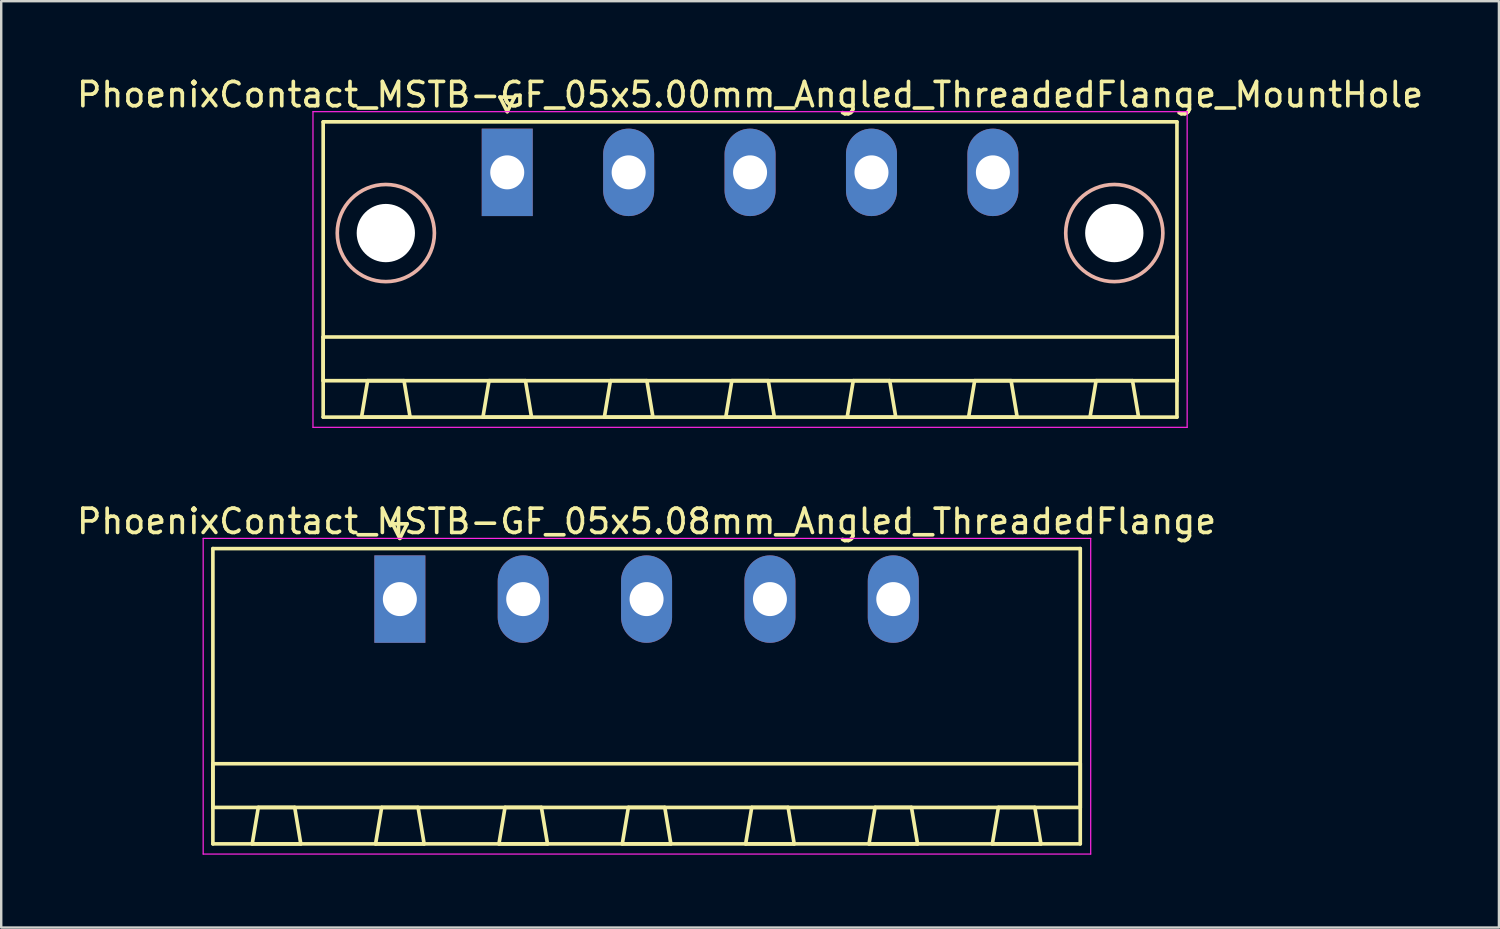
<source format=kicad_pcb>
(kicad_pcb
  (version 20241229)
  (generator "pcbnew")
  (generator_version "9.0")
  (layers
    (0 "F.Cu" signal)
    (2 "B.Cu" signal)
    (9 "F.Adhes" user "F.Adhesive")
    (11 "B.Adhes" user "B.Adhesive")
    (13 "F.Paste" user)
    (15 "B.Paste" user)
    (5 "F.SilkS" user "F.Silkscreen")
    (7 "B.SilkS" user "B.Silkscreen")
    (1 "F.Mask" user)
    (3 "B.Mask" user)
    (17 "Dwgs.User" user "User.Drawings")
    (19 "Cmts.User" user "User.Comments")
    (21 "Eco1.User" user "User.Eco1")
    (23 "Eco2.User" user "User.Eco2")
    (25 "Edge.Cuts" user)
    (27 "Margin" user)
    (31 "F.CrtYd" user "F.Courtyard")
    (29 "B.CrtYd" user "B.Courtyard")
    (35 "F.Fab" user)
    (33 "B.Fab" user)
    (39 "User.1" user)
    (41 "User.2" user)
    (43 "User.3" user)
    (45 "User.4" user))
  (footprint "PhoenixContact_MSTB-GF_05x5.08mm_Angled_ThreadedFlange"
    (layer "F.Cu")
    (at 13.417 21.622)
    (property "Reference" "PhoenixContact_MSTB-GF_05x5.08mm_Angled_ThreadedFlange" (at 10.16 -3.2 0) (layer "F.SilkS") (effects (font (size 1 1) (thickness 0.15))))
    (attr through_hole)
    (fp_line (start -7.7 -2.08) (end -7.7 10.08) (stroke (width 0.15) (type solid)) (layer "F.SilkS"))
    (fp_line (start -7.7 6.78) (end 28.02 6.78) (stroke (width 0.15) (type solid)) (layer "F.SilkS"))
    (fp_line (start -7.7 8.58) (end -7.7 6.78) (stroke (width 0.15) (type solid)) (layer "F.SilkS"))
    (fp_line (start -7.7 10.08) (end 28.02 10.08) (stroke (width 0.15) (type solid)) (layer "F.SilkS"))
    (fp_line (start -6.08 10.08) (end -4.08 10.08) (stroke (width 0.15) (type solid)) (layer "F.SilkS"))
    (fp_line (start -5.83 8.58) (end -6.08 10.08) (stroke (width 0.15) (type solid)) (layer "F.SilkS"))
    (fp_line (start -4.33 8.58) (end -5.83 8.58) (stroke (width 0.15) (type solid)) (layer "F.SilkS"))
    (fp_line (start -4.08 10.08) (end -4.33 8.58) (stroke (width 0.15) (type solid)) (layer "F.SilkS"))
    (fp_line (start -1 10.08) (end 1 10.08) (stroke (width 0.15) (type solid)) (layer "F.SilkS"))
    (fp_line (start -0.75 8.58) (end -1 10.08) (stroke (width 0.15) (type solid)) (layer "F.SilkS"))
    (fp_line (start -0.3 -3.1) (end 0 -2.5) (stroke (width 0.15) (type solid)) (layer "F.SilkS"))
    (fp_line (start 0 -2.5) (end 0.3 -3.1) (stroke (width 0.15) (type solid)) (layer "F.SilkS"))
    (fp_line (start 0.3 -3.1) (end -0.3 -3.1) (stroke (width 0.15) (type solid)) (layer "F.SilkS"))
    (fp_line (start 0.75 8.58) (end -0.75 8.58) (stroke (width 0.15) (type solid)) (layer "F.SilkS"))
    (fp_line (start 1 10.08) (end 0.75 8.58) (stroke (width 0.15) (type solid)) (layer "F.SilkS"))
    (fp_line (start 4.08 10.08) (end 6.08 10.08) (stroke (width 0.15) (type solid)) (layer "F.SilkS"))
    (fp_line (start 4.33 8.58) (end 4.08 10.08) (stroke (width 0.15) (type solid)) (layer "F.SilkS"))
    (fp_line (start 5.83 8.58) (end 4.33 8.58) (stroke (width 0.15) (type solid)) (layer "F.SilkS"))
    (fp_line (start 6.08 10.08) (end 5.83 8.58) (stroke (width 0.15) (type solid)) (layer "F.SilkS"))
    (fp_line (start 9.16 10.08) (end 11.16 10.08) (stroke (width 0.15) (type solid)) (layer "F.SilkS"))
    (fp_line (start 9.41 8.58) (end 9.16 10.08) (stroke (width 0.15) (type solid)) (layer "F.SilkS"))
    (fp_line (start 10.91 8.58) (end 9.41 8.58) (stroke (width 0.15) (type solid)) (layer "F.SilkS"))
    (fp_line (start 11.16 10.08) (end 10.91 8.58) (stroke (width 0.15) (type solid)) (layer "F.SilkS"))
    (fp_line (start 14.24 10.08) (end 16.24 10.08) (stroke (width 0.15) (type solid)) (layer "F.SilkS"))
    (fp_line (start 14.49 8.58) (end 14.24 10.08) (stroke (width 0.15) (type solid)) (layer "F.SilkS"))
    (fp_line (start 15.99 8.58) (end 14.49 8.58) (stroke (width 0.15) (type solid)) (layer "F.SilkS"))
    (fp_line (start 16.24 10.08) (end 15.99 8.58) (stroke (width 0.15) (type solid)) (layer "F.SilkS"))
    (fp_line (start 19.32 10.08) (end 21.32 10.08) (stroke (width 0.15) (type solid)) (layer "F.SilkS"))
    (fp_line (start 19.57 8.58) (end 19.32 10.08) (stroke (width 0.15) (type solid)) (layer "F.SilkS"))
    (fp_line (start 21.07 8.58) (end 19.57 8.58) (stroke (width 0.15) (type solid)) (layer "F.SilkS"))
    (fp_line (start 21.32 10.08) (end 21.07 8.58) (stroke (width 0.15) (type solid)) (layer "F.SilkS"))
    (fp_line (start 24.4 10.08) (end 26.4 10.08) (stroke (width 0.15) (type solid)) (layer "F.SilkS"))
    (fp_line (start 24.65 8.58) (end 24.4 10.08) (stroke (width 0.15) (type solid)) (layer "F.SilkS"))
    (fp_line (start 26.15 8.58) (end 24.65 8.58) (stroke (width 0.15) (type solid)) (layer "F.SilkS"))
    (fp_line (start 26.4 10.08) (end 26.15 8.58) (stroke (width 0.15) (type solid)) (layer "F.SilkS"))
    (fp_line (start 28.02 -2.08) (end -7.7 -2.08) (stroke (width 0.15) (type solid)) (layer "F.SilkS"))
    (fp_line (start 28.02 6.78) (end 28.02 8.58) (stroke (width 0.15) (type solid)) (layer "F.SilkS"))
    (fp_line (start 28.02 8.58) (end -7.7 8.58) (stroke (width 0.15) (type solid)) (layer "F.SilkS"))
    (fp_line (start 28.02 10.08) (end 28.02 -2.08) (stroke (width 0.15) (type solid)) (layer "F.SilkS"))
    (fp_line (start -8.1 -2.5) (end -8.1 10.5) (stroke (width 0.05) (type solid)) (layer "F.CrtYd"))
    (fp_line (start -8.1 10.5) (end 28.45 10.5) (stroke (width 0.05) (type solid)) (layer "F.CrtYd"))
    (fp_line (start 28.45 -2.5) (end -8.1 -2.5) (stroke (width 0.05) (type solid)) (layer "F.CrtYd"))
    (fp_line (start 28.45 10.5) (end 28.45 -2.5) (stroke (width 0.05) (type solid)) (layer "F.CrtYd"))
    (pad "1" thru_hole rect (at 0 0) (size 2.1 3.6) (drill 1.4) (layers "*.Cu" "*.Mask"))
    (pad "2" thru_hole oval (at 5.08 0) (size 2.1 3.6) (drill 1.4) (layers "*.Cu" "*.Mask"))
    (pad "3" thru_hole oval (at 10.16 0) (size 2.1 3.6) (drill 1.4) (layers "*.Cu" "*.Mask"))
    (pad "4" thru_hole oval (at 15.24 0) (size 2.1 3.6) (drill 1.4) (layers "*.Cu" "*.Mask"))
    (pad "5" thru_hole oval (at 20.32 0) (size 2.1 3.6) (drill 1.4) (layers "*.Cu" "*.Mask")))
  (footprint "PhoenixContact_MSTB-GF_05x5.00mm_Angled_ThreadedFlange_MountHole"
    (layer "F.Cu")
    (at 17.839 4.048)
    (property "Reference" "PhoenixContact_MSTB-GF_05x5.00mm_Angled_ThreadedFlange_MountHole" (at 10 -3.2 0) (layer "F.SilkS") (effects (font (size 1 1) (thickness 0.15))))
    (attr through_hole)
    (fp_line (start -7.58 -2.08) (end -7.58 10.08) (stroke (width 0.15) (type solid)) (layer "F.SilkS"))
    (fp_line (start -7.58 6.78) (end 27.58 6.78) (stroke (width 0.15) (type solid)) (layer "F.SilkS"))
    (fp_line (start -7.58 8.58) (end -7.58 6.78) (stroke (width 0.15) (type solid)) (layer "F.SilkS"))
    (fp_line (start -7.58 10.08) (end 27.58 10.08) (stroke (width 0.15) (type solid)) (layer "F.SilkS"))
    (fp_line (start -6 10.08) (end -4 10.08) (stroke (width 0.15) (type solid)) (layer "F.SilkS"))
    (fp_line (start -5.75 8.58) (end -6 10.08) (stroke (width 0.15) (type solid)) (layer "F.SilkS"))
    (fp_line (start -4.25 8.58) (end -5.75 8.58) (stroke (width 0.15) (type solid)) (layer "F.SilkS"))
    (fp_line (start -4 10.08) (end -4.25 8.58) (stroke (width 0.15) (type solid)) (layer "F.SilkS"))
    (fp_line (start -1 10.08) (end 1 10.08) (stroke (width 0.15) (type solid)) (layer "F.SilkS"))
    (fp_line (start -0.75 8.58) (end -1 10.08) (stroke (width 0.15) (type solid)) (layer "F.SilkS"))
    (fp_line (start -0.3 -3.1) (end 0 -2.5) (stroke (width 0.15) (type solid)) (layer "F.SilkS"))
    (fp_line (start 0 -2.5) (end 0.3 -3.1) (stroke (width 0.15) (type solid)) (layer "F.SilkS"))
    (fp_line (start 0.3 -3.1) (end -0.3 -3.1) (stroke (width 0.15) (type solid)) (layer "F.SilkS"))
    (fp_line (start 0.75 8.58) (end -0.75 8.58) (stroke (width 0.15) (type solid)) (layer "F.SilkS"))
    (fp_line (start 1 10.08) (end 0.75 8.58) (stroke (width 0.15) (type solid)) (layer "F.SilkS"))
    (fp_line (start 4 10.08) (end 6 10.08) (stroke (width 0.15) (type solid)) (layer "F.SilkS"))
    (fp_line (start 4.25 8.58) (end 4 10.08) (stroke (width 0.15) (type solid)) (layer "F.SilkS"))
    (fp_line (start 5.75 8.58) (end 4.25 8.58) (stroke (width 0.15) (type solid)) (layer "F.SilkS"))
    (fp_line (start 6 10.08) (end 5.75 8.58) (stroke (width 0.15) (type solid)) (layer "F.SilkS"))
    (fp_line (start 9 10.08) (end 11 10.08) (stroke (width 0.15) (type solid)) (layer "F.SilkS"))
    (fp_line (start 9.25 8.58) (end 9 10.08) (stroke (width 0.15) (type solid)) (layer "F.SilkS"))
    (fp_line (start 10.75 8.58) (end 9.25 8.58) (stroke (width 0.15) (type solid)) (layer "F.SilkS"))
    (fp_line (start 11 10.08) (end 10.75 8.58) (stroke (width 0.15) (type solid)) (layer "F.SilkS"))
    (fp_line (start 14 10.08) (end 16 10.08) (stroke (width 0.15) (type solid)) (layer "F.SilkS"))
    (fp_line (start 14.25 8.58) (end 14 10.08) (stroke (width 0.15) (type solid)) (layer "F.SilkS"))
    (fp_line (start 15.75 8.58) (end 14.25 8.58) (stroke (width 0.15) (type solid)) (layer "F.SilkS"))
    (fp_line (start 16 10.08) (end 15.75 8.58) (stroke (width 0.15) (type solid)) (layer "F.SilkS"))
    (fp_line (start 19 10.08) (end 21 10.08) (stroke (width 0.15) (type solid)) (layer "F.SilkS"))
    (fp_line (start 19.25 8.58) (end 19 10.08) (stroke (width 0.15) (type solid)) (layer "F.SilkS"))
    (fp_line (start 20.75 8.58) (end 19.25 8.58) (stroke (width 0.15) (type solid)) (layer "F.SilkS"))
    (fp_line (start 21 10.08) (end 20.75 8.58) (stroke (width 0.15) (type solid)) (layer "F.SilkS"))
    (fp_line (start 24 10.08) (end 26 10.08) (stroke (width 0.15) (type solid)) (layer "F.SilkS"))
    (fp_line (start 24.25 8.58) (end 24 10.08) (stroke (width 0.15) (type solid)) (layer "F.SilkS"))
    (fp_line (start 25.75 8.58) (end 24.25 8.58) (stroke (width 0.15) (type solid)) (layer "F.SilkS"))
    (fp_line (start 26 10.08) (end 25.75 8.58) (stroke (width 0.15) (type solid)) (layer "F.SilkS"))
    (fp_line (start 27.58 -2.08) (end -7.58 -2.08) (stroke (width 0.15) (type solid)) (layer "F.SilkS"))
    (fp_line (start 27.58 6.78) (end 27.58 8.58) (stroke (width 0.15) (type solid)) (layer "F.SilkS"))
    (fp_line (start 27.58 8.58) (end -7.58 8.58) (stroke (width 0.15) (type solid)) (layer "F.SilkS"))
    (fp_line (start 27.58 10.08) (end 27.58 -2.08) (stroke (width 0.15) (type solid)) (layer "F.SilkS"))
    (fp_circle (center -5 2.5) (end -3 2.5) (stroke (width 0.15) (type solid)) (fill no) (layer "B.SilkS"))
    (fp_circle (center 25 2.5) (end 27 2.5) (stroke (width 0.15) (type solid)) (fill no) (layer "B.SilkS"))
    (fp_line (start -8 -2.5) (end -8 10.5) (stroke (width 0.05) (type solid)) (layer "F.CrtYd"))
    (fp_line (start -8 10.5) (end 28 10.5) (stroke (width 0.05) (type solid)) (layer "F.CrtYd"))
    (fp_line (start 28 -2.5) (end -8 -2.5) (stroke (width 0.05) (type solid)) (layer "F.CrtYd"))
    (fp_line (start 28 10.5) (end 28 -2.5) (stroke (width 0.05) (type solid)) (layer "F.CrtYd"))
    (pad "" np_thru_hole circle (at -5 2.5) (size 2.4 2.4) (drill 2.4) (layers "*.Cu" "*.Mask"))
    (pad "" np_thru_hole circle (at 25 2.5) (size 2.4 2.4) (drill 2.4) (layers "*.Cu" "*.Mask"))
    (pad "1" thru_hole rect (at 0 0) (size 2.1 3.6) (drill 1.4) (layers "*.Cu" "*.Mask"))
    (pad "2" thru_hole oval (at 5 0) (size 2.1 3.6) (drill 1.4) (layers "*.Cu" "*.Mask"))
    (pad "3" thru_hole oval (at 10 0) (size 2.1 3.6) (drill 1.4) (layers "*.Cu" "*.Mask"))
    (pad "4" thru_hole oval (at 15 0) (size 2.1 3.6) (drill 1.4) (layers "*.Cu" "*.Mask"))
    (pad "5" thru_hole oval (at 20 0) (size 2.1 3.6) (drill 1.4) (layers "*.Cu" "*.Mask")))
  (gr_rect
    (start -3 -3)
    (end 58.679 35.147)
    (stroke (width 0.1) (type default))
    (fill no)
    (layer "Edge.Cuts")))
</source>
